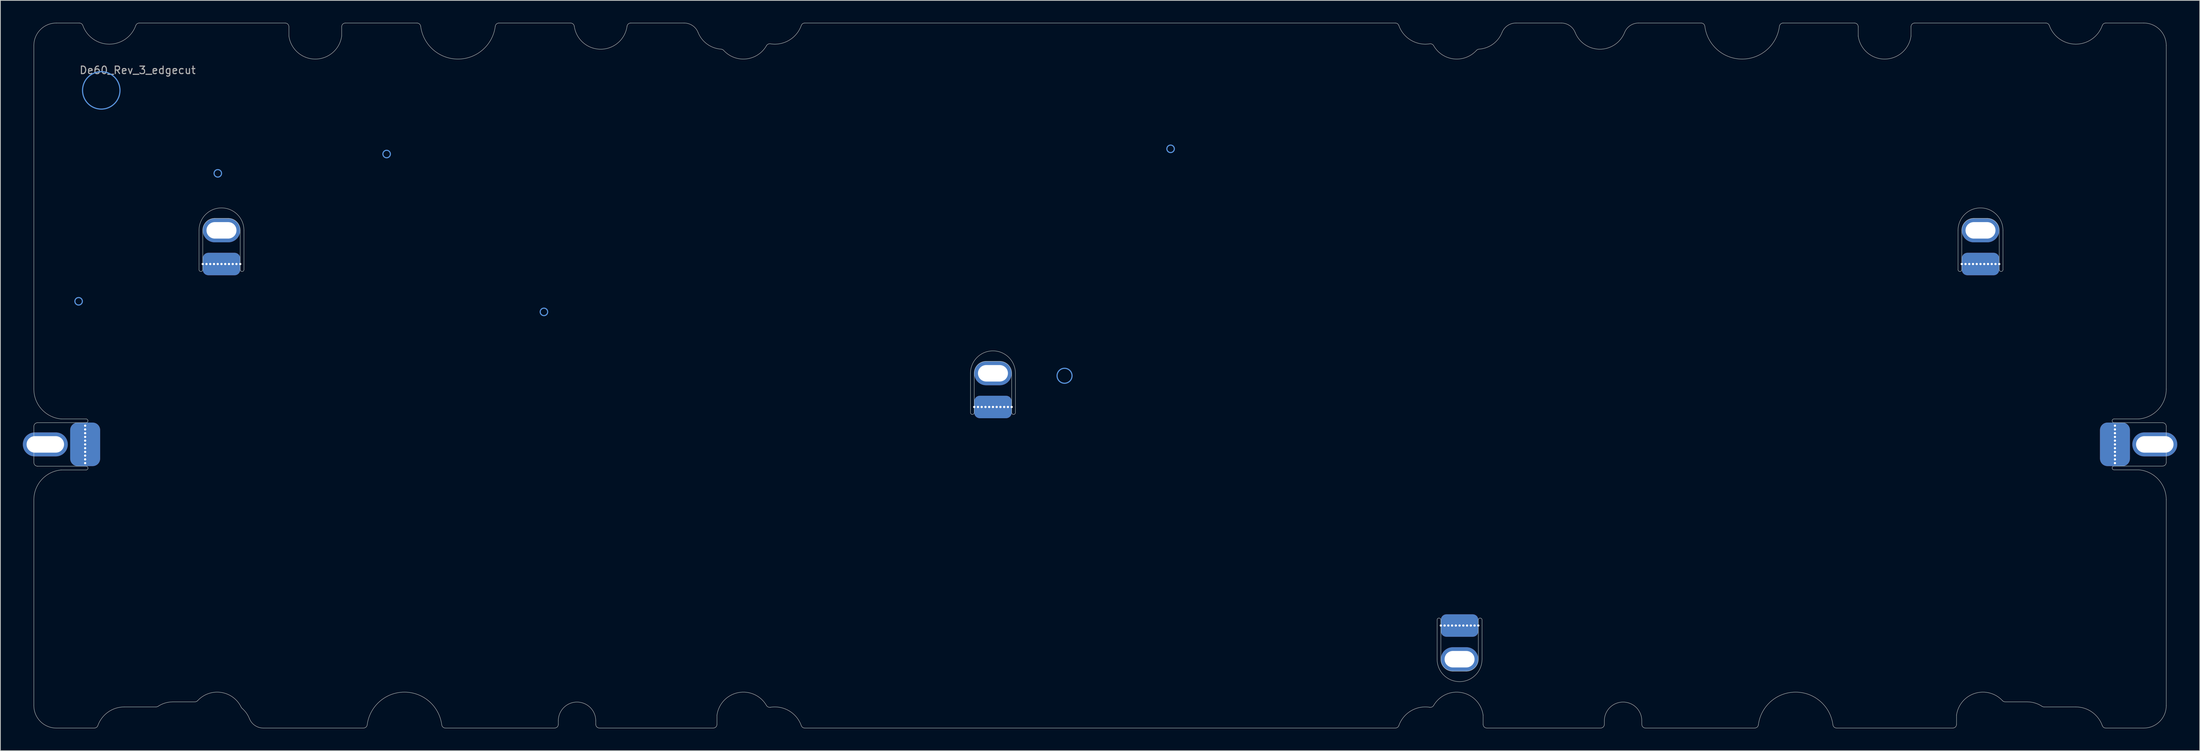
<source format=kicad_pcb>
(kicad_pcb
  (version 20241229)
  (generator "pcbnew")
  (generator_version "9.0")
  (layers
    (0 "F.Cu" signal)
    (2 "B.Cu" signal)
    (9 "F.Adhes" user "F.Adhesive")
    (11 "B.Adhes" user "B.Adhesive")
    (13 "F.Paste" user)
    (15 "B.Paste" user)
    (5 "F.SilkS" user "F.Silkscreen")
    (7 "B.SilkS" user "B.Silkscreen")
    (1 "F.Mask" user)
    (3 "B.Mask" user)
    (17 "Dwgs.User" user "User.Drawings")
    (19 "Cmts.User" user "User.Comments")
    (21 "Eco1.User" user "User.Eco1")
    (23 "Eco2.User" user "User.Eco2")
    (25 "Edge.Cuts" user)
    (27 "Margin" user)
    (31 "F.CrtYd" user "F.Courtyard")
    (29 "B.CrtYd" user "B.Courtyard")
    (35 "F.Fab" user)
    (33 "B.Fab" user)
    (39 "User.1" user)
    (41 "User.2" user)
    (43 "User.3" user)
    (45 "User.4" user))
  (footprint "De60_Rev_3_edgecut"
    (layer "F.Cu")
    (at 10.47 9.025)
    (property "Reference" "De60_Rev_3_edgecut" (at 4.85 -2.7 0) (unlocked yes) (layer "F.Fab") (effects (font (size 1 1) (thickness 0.15))))
    (fp_circle (center -3.023 28.179) (end -3.023 27.679) (stroke (width 0.15) (type default)) (fill no) (layer "Cmts.User"))
    (fp_circle (center 0 0) (end 0 -2.5) (stroke (width 0.15) (type default)) (fill no) (layer "Cmts.User"))
    (fp_circle (center 15.56 11.085) (end 16.06 11.085) (stroke (width 0.15) (type default)) (fill no) (layer "Cmts.User"))
    (fp_circle (center 38.1 8.505) (end 38.6 8.505) (stroke (width 0.15) (type default)) (fill no) (layer "Cmts.User"))
    (fp_circle (center 59.102 29.595) (end 59.602 29.595) (stroke (width 0.15) (type default)) (fill no) (layer "Cmts.User"))
    (fp_circle (center 128.61 38.13) (end 129.61 38.13) (stroke (width 0.15) (type default)) (fill no) (layer "Cmts.User"))
    (fp_circle (center 142.768 7.809) (end 142.768 7.309) (stroke (width 0.15) (type default)) (fill no) (layer "Cmts.User"))
    (fp_line (start -9 39.915) (end -9 -6) (stroke (width 0.05) (type solid)) (layer "Edge.Cuts"))
    (fp_line (start -9 44.9) (end -9 49.716) (stroke (width 0.05) (type default)) (layer "Edge.Cuts"))
    (fp_line (start -9 82.2) (end -9 54.701) (stroke (width 0.05) (type solid)) (layer "Edge.Cuts"))
    (fp_line (start -6 -9) (end -2.929 -9) (stroke (width 0.05) (type solid)) (layer "Edge.Cuts"))
    (fp_line (start -5.348 43.9) (end -2.025 43.9) (stroke (width 0.05) (type solid)) (layer "Edge.Cuts"))
    (fp_line (start -2.025 44.4) (end -8.5 44.4) (stroke (width 0.05) (type solid)) (layer "Edge.Cuts"))
    (fp_line (start -2.025 50.216) (end -8.5 50.216) (stroke (width 0.05) (type solid)) (layer "Edge.Cuts"))
    (fp_line (start -2.025 50.716) (end -5.348 50.716) (stroke (width 0.05) (type solid)) (layer "Edge.Cuts"))
    (fp_line (start -0.929 85.2) (end -6 85.2) (stroke (width 0.05) (type solid)) (layer "Edge.Cuts"))
    (fp_line (start 5.079 -9) (end 24.553 -9) (stroke (width 0.05) (type solid)) (layer "Edge.Cuts"))
    (fp_line (start 7.31 82.375) (end 3.075 82.375) (stroke (width 0.05) (type solid)) (layer "Edge.Cuts"))
    (fp_line (start 12.499 81.7) (end 9.549 81.7) (stroke (width 0.05) (type solid)) (layer "Edge.Cuts"))
    (fp_line (start 13.05 23.95) (end 13.05 18.703) (stroke (width 0.05) (type solid)) (layer "Edge.Cuts"))
    (fp_line (start 13.55 18.7) (end 13.55 23.95) (stroke (width 0.05) (type solid)) (layer "Edge.Cuts"))
    (fp_line (start 15.15 17.1) (end 16.95 17.1) (stroke (width 0.05) (type solid)) (layer "Edge.Cuts"))
    (fp_line (start 18.55 18.7) (end 18.55 23.95) (stroke (width 0.05) (type solid)) (layer "Edge.Cuts"))
    (fp_line (start 19.05 18.703) (end 19.05 23.95) (stroke (width 0.05) (type solid)) (layer "Edge.Cuts"))
    (fp_line (start 25.053 -8.5) (end 25.053 -7.25) (stroke (width 0.05) (type solid)) (layer "Edge.Cuts"))
    (fp_line (start 32.097 -8.5) (end 32.097 -7.25) (stroke (width 0.05) (type solid)) (layer "Edge.Cuts"))
    (fp_line (start 32.597 -9) (end 42.151 -9) (stroke (width 0.05) (type solid)) (layer "Edge.Cuts"))
    (fp_line (start 35.009 85.2) (end 21.639 85.2) (stroke (width 0.05) (type solid)) (layer "Edge.Cuts"))
    (fp_line (start 53.099 -9) (end 62.658 -9) (stroke (width 0.05) (type solid)) (layer "Edge.Cuts"))
    (fp_line (start 60.52 85.2) (end 45.953 85.2) (stroke (width 0.05) (type solid)) (layer "Edge.Cuts"))
    (fp_line (start 61.02 84.225) (end 61.02 84.7) (stroke (width 0.05) (type solid)) (layer "Edge.Cuts"))
    (fp_line (start 66.02 84.225) (end 66.02 84.7) (stroke (width 0.05) (type solid)) (layer "Edge.Cuts"))
    (fp_line (start 70.692 -9) (end 77.822 -9) (stroke (width 0.05) (type solid)) (layer "Edge.Cuts"))
    (fp_line (start 81.706 85.2) (end 66.52 85.2) (stroke (width 0.05) (type solid)) (layer "Edge.Cuts"))
    (fp_line (start 82.206 84.7) (end 82.206 83.466) (stroke (width 0.05) (type solid)) (layer "Edge.Cuts"))
    (fp_line (start 93.929 -9) (end 172.771 -9) (stroke (width 0.05) (type default)) (layer "Edge.Cuts"))
    (fp_line (start 116.05 43.05) (end 116.05 37.803) (stroke (width 0.05) (type solid)) (layer "Edge.Cuts"))
    (fp_line (start 116.55 37.8) (end 116.55 43.05) (stroke (width 0.05) (type solid)) (layer "Edge.Cuts"))
    (fp_line (start 118.15 36.2) (end 119.95 36.2) (stroke (width 0.05) (type solid)) (layer "Edge.Cuts"))
    (fp_line (start 121.55 37.8) (end 121.55 43.05) (stroke (width 0.05) (type solid)) (layer "Edge.Cuts"))
    (fp_line (start 122.05 37.803) (end 122.05 43.05) (stroke (width 0.05) (type solid)) (layer "Edge.Cuts"))
    (fp_line (start 172.771 85.2) (end 93.929 85.2) (stroke (width 0.05) (type solid)) (layer "Edge.Cuts"))
    (fp_line (start 178.35 75.997) (end 178.35 70.751) (stroke (width 0.05) (type solid)) (layer "Edge.Cuts"))
    (fp_line (start 178.85 76) (end 178.85 70.751) (stroke (width 0.05) (type solid)) (layer "Edge.Cuts"))
    (fp_line (start 182.25 77.6) (end 180.45 77.6) (stroke (width 0.05) (type solid)) (layer "Edge.Cuts"))
    (fp_line (start 183.85 76) (end 183.85 70.751) (stroke (width 0.05) (type solid)) (layer "Edge.Cuts"))
    (fp_line (start 184.35 70.751) (end 184.35 75.997) (stroke (width 0.05) (type solid)) (layer "Edge.Cuts"))
    (fp_line (start 184.493 84.7) (end 184.493 83.466) (stroke (width 0.05) (type solid)) (layer "Edge.Cuts"))
    (fp_line (start 188.878 -9) (end 194.921 -9) (stroke (width 0.05) (type solid)) (layer "Edge.Cuts"))
    (fp_line (start 200.18 85.2) (end 184.993 85.2) (stroke (width 0.05) (type solid)) (layer "Edge.Cuts"))
    (fp_line (start 200.68 84.225) (end 200.68 84.7) (stroke (width 0.05) (type solid)) (layer "Edge.Cuts"))
    (fp_line (start 205.244 -9) (end 213.601 -9) (stroke (width 0.05) (type solid)) (layer "Edge.Cuts"))
    (fp_line (start 205.68 84.225) (end 205.68 84.7) (stroke (width 0.05) (type solid)) (layer "Edge.Cuts"))
    (fp_line (start 220.747 85.2) (end 206.18 85.2) (stroke (width 0.05) (type solid)) (layer "Edge.Cuts"))
    (fp_line (start 224.549 -9) (end 234.077 -9) (stroke (width 0.05) (type solid)) (layer "Edge.Cuts"))
    (fp_line (start 234.577 -8.5) (end 234.577 -7.25) (stroke (width 0.05) (type solid)) (layer "Edge.Cuts"))
    (fp_line (start 241.621 -8.5) (end 241.621 -7.25) (stroke (width 0.05) (type solid)) (layer "Edge.Cuts"))
    (fp_line (start 242.121 -9) (end 259.621 -9) (stroke (width 0.05) (type solid)) (layer "Edge.Cuts"))
    (fp_line (start 247.2 85.2) (end 231.691 85.2) (stroke (width 0.05) (type solid)) (layer "Edge.Cuts"))
    (fp_line (start 247.7 84.7) (end 247.7 83.466) (stroke (width 0.05) (type solid)) (layer "Edge.Cuts"))
    (fp_line (start 247.9 23.95) (end 247.9 18.703) (stroke (width 0.05) (type solid)) (layer "Edge.Cuts"))
    (fp_line (start 248.4 18.7) (end 248.4 23.95) (stroke (width 0.05) (type solid)) (layer "Edge.Cuts"))
    (fp_line (start 250 17.1) (end 251.8 17.1) (stroke (width 0.05) (type solid)) (layer "Edge.Cuts"))
    (fp_line (start 253.4 18.7) (end 253.4 23.95) (stroke (width 0.05) (type solid)) (layer "Edge.Cuts"))
    (fp_line (start 253.9 18.703) (end 253.9 23.95) (stroke (width 0.05) (type solid)) (layer "Edge.Cuts"))
    (fp_line (start 257.149 81.7) (end 254.201 81.7) (stroke (width 0.05) (type solid)) (layer "Edge.Cuts"))
    (fp_line (start 263.625 82.375) (end 259.389 82.375) (stroke (width 0.05) (type solid)) (layer "Edge.Cuts"))
    (fp_line (start 267.629 -9) (end 272.7 -9) (stroke (width 0.05) (type solid)) (layer "Edge.Cuts"))
    (fp_line (start 268.725 43.9) (end 272.048 43.9) (stroke (width 0.05) (type solid)) (layer "Edge.Cuts"))
    (fp_line (start 268.725 44.4) (end 275.2 44.4) (stroke (width 0.05) (type solid)) (layer "Edge.Cuts"))
    (fp_line (start 268.725 50.2) (end 275.2 50.2) (stroke (width 0.05) (type solid)) (layer "Edge.Cuts"))
    (fp_line (start 272.048 50.7) (end 268.725 50.7) (stroke (width 0.05) (type solid)) (layer "Edge.Cuts"))
    (fp_line (start 272.7 85.2) (end 267.629 85.2) (stroke (width 0.05) (type solid)) (layer "Edge.Cuts"))
    (fp_line (start 275.7 -6) (end 275.7 39.915) (stroke (width 0.05) (type solid)) (layer "Edge.Cuts"))
    (fp_line (start 275.7 44.9) (end 275.7 49.7) (stroke (width 0.05) (type solid)) (layer "Edge.Cuts"))
    (fp_line (start 275.7 54.685) (end 275.7 82.2) (stroke (width 0.05) (type solid)) (layer "Edge.Cuts"))
    (fp_arc (start -9.000007 -6) (mid -8.121332 -8.121325) (end -6.000007 -9) (stroke (width 0.05) (type solid)) (layer "Edge.Cuts"))
    (fp_arc (start -9.000007 44.900264) (mid -8.853518 44.546753) (end -8.500007 44.400264) (stroke (width 0.05) (type solid)) (layer "Edge.Cuts"))
    (fp_arc (start -9.000007 54.700572) (mid -7.949054 51.998179) (end -5.348498 50.715782) (stroke (width 0.05) (type solid)) (layer "Edge.Cuts"))
    (fp_arc (start -8.500007 50.215782) (mid -8.853575 50.06935) (end -9.000007 49.715782) (stroke (width 0.05) (type solid)) (layer "Edge.Cuts"))
    (fp_arc (start -6.000007 85.200001) (mid -8.121346 84.32134) (end -9.000007 82.200001) (stroke (width 0.05) (type solid)) (layer "Edge.Cuts"))
    (fp_arc (start -5.348498 43.900264) (mid -7.949084 42.617894) (end -9.000007 39.915473) (stroke (width 0.05) (type solid)) (layer "Edge.Cuts"))
    (fp_arc (start -2.929381 -9) (mid -2.641159 -8.908548) (end -2.458339 -8.667691) (stroke (width 0.05) (type solid)) (layer "Edge.Cuts"))
    (fp_arc (start -2.024931 43.900264) (mid -1.848124 43.973457) (end -1.774931 44.150264) (stroke (width 0.05) (type solid)) (layer "Edge.Cuts"))
    (fp_arc (start -2.024931 50.215782) (mid -1.848128 50.288979) (end -1.774931 50.465782) (stroke (width 0.05) (type solid)) (layer "Edge.Cuts"))
    (fp_arc (start -1.774931 44.150264) (mid -1.848167 44.327028) (end -2.024931 44.400264) (stroke (width 0.05) (type solid)) (layer "Edge.Cuts"))
    (fp_arc (start -1.774931 50.465782) (mid -1.848155 50.642558) (end -2.024931 50.715782) (stroke (width 0.05) (type solid)) (layer "Edge.Cuts"))
    (fp_arc (start -0.458313 84.867852) (mid -0.641154 85.108585) (end -0.929297 85.200001) (stroke (width 0.05) (type solid)) (layer "Edge.Cuts"))
    (fp_arc (start -0.458313 84.867852) (mid 0.913074 83.061378) (end 3.07477 82.374996) (stroke (width 0.05) (type solid)) (layer "Edge.Cuts"))
    (fp_arc (start 4.608336 -8.667691) (mid 1.074998 -6.175) (end -2.458339 -8.667691) (stroke (width 0.05) (type solid)) (layer "Edge.Cuts"))
    (fp_arc (start 4.608336 -8.667691) (mid 4.791142 -8.908567) (end 5.079377 -9) (stroke (width 0.05) (type solid)) (layer "Edge.Cuts"))
    (fp_arc (start 7.586237 82.291663) (mid 7.454189 82.353704) (end 7.309852 82.374975) (stroke (width 0.05) (type solid)) (layer "Edge.Cuts"))
    (fp_arc (start 7.586237 82.291664) (mid 8.523768 81.851121) (end 9.548564 81.700003) (stroke (width 0.05) (type solid)) (layer "Edge.Cuts"))
    (fp_arc (start 12.866044 81.539363) (mid 12.699244 81.658083) (end 12.498845 81.700003) (stroke (width 0.05) (type solid)) (layer "Edge.Cuts"))
    (fp_arc (start 12.866044 81.539363) (mid 15.99989 80.435605) (end 18.677433 82.402847) (stroke (width 0.05) (type solid)) (layer "Edge.Cuts"))
    (fp_arc (start 13.050001 18.703272) (mid 16.049999 15.700313) (end 19.049998 18.703272) (stroke (width 0.05) (type solid)) (layer "Edge.Cuts"))
    (fp_arc (start 13.549999 18.700312) (mid 14.018619 17.56893) (end 15.150001 17.10031) (stroke (width 0.05) (type solid)) (layer "Edge.Cuts"))
    (fp_arc (start 13.549999 23.949708) (mid 13.3 24.200312) (end 13.050001 23.949708) (stroke (width 0.05) (type solid)) (layer "Edge.Cuts"))
    (fp_arc (start 16.949998 17.10031) (mid 18.081367 17.568943) (end 18.549999 18.700312) (stroke (width 0.05) (type solid)) (layer "Edge.Cuts"))
    (fp_arc (start 18.800818 82.563487) (mid 18.730907 82.489479) (end 18.677433 82.402847) (stroke (width 0.05) (type solid)) (layer "Edge.Cuts"))
    (fp_arc (start 18.800818 82.563487) (mid 19.374093 83.19265) (end 19.781427 83.940025) (stroke (width 0.05) (type solid)) (layer "Edge.Cuts"))
    (fp_arc (start 19.049998 23.949708) (mid 18.799999 24.200313) (end 18.549999 23.949708) (stroke (width 0.05) (type solid)) (layer "Edge.Cuts"))
    (fp_arc (start 21.639481 85.200002) (mid 20.516987 84.855314) (end 19.781427 83.940025) (stroke (width 0.05) (type solid)) (layer "Edge.Cuts"))
    (fp_arc (start 24.552992 -9) (mid 24.906528 -8.853536) (end 25.052992 -8.5) (stroke (width 0.05) (type solid)) (layer "Edge.Cuts"))
    (fp_arc (start 32.097247 -8.5) (mid 32.24368 -8.853567) (end 32.597247 -9) (stroke (width 0.05) (type solid)) (layer "Edge.Cuts"))
    (fp_arc (start 32.097247 -7.249504) (mid 28.57512 -4.181001) (end 25.052992 -7.249504) (stroke (width 0.05) (type solid)) (layer "Edge.Cuts"))
    (fp_arc (start 35.504695 84.764843) (mid 35.33873 85.075759) (end 35.008917 85.200002) (stroke (width 0.05) (type solid)) (layer "Edge.Cuts"))
    (fp_arc (start 35.504695 84.764843) (mid 40.480997 80.397) (end 45.457298 84.764843) (stroke (width 0.05) (type solid)) (layer "Edge.Cuts"))
    (fp_arc (start 42.151013 -9) (mid 42.481392 -8.875283) (end 42.64698 -8.563378) (stroke (width 0.05) (type solid)) (layer "Edge.Cuts"))
    (fp_arc (start 45.953076 85.200002) (mid 45.623234 85.075791) (end 45.457298 84.764843) (stroke (width 0.05) (type solid)) (layer "Edge.Cuts"))
    (fp_arc (start 52.603022 -8.563378) (mid 47.625001 -4.181) (end 42.64698 -8.563378) (stroke (width 0.05) (type solid)) (layer "Edge.Cuts"))
    (fp_arc (start 52.603022 -8.563378) (mid 52.768599 -8.875297) (end 53.098989 -9) (stroke (width 0.05) (type solid)) (layer "Edge.Cuts"))
    (fp_arc (start 61.020426 84.225) (mid 63.520426 81.725) (end 66.020426 84.225) (stroke (width 0.05) (type solid)) (layer "Edge.Cuts"))
    (fp_arc (start 61.020426 84.700002) (mid 60.87396 85.053536) (end 60.520426 85.200002) (stroke (width 0.05) (type solid)) (layer "Edge.Cuts"))
    (fp_arc (start 62.657587 -9) (mid 62.986016 -8.876981) (end 63.152872 -8.568504) (stroke (width 0.05) (type solid)) (layer "Edge.Cuts"))
    (fp_arc (start 66.520426 85.200002) (mid 66.166858 85.05357) (end 66.020426 84.700002) (stroke (width 0.05) (type solid)) (layer "Edge.Cuts"))
    (fp_arc (start 70.197127 -8.568504) (mid 66.674999 -5.500002) (end 63.152872 -8.568504) (stroke (width 0.05) (type solid)) (layer "Edge.Cuts"))
    (fp_arc (start 70.197127 -8.568504) (mid 70.36395 -8.877019) (end 70.692412 -9) (stroke (width 0.05) (type solid)) (layer "Edge.Cuts"))
    (fp_arc (start 77.822403 -9) (mid 78.944619 -8.655476) (end 79.680219 -7.740622) (stroke (width 0.05) (type solid)) (layer "Edge.Cuts"))
    (fp_arc (start 82.206158 83.465503) (mid 85.048458 80.46263) (end 88.81005 82.179122) (stroke (width 0.05) (type solid)) (layer "Edge.Cuts"))
    (fp_arc (start 82.206158 84.700002) (mid 82.059699 85.053543) (end 81.706158 85.200002) (stroke (width 0.05) (type solid)) (layer "Edge.Cuts"))
    (fp_arc (start 82.754946 -5.509023) (mid 80.89456 -6.179758) (end 79.680219 -7.740622) (stroke (width 0.05) (type solid)) (layer "Edge.Cuts"))
    (fp_arc (start 82.754946 -5.509023) (mid 82.939828 -5.46052) (end 83.093011 -5.346201) (stroke (width 0.05) (type solid)) (layer "Edge.Cuts"))
    (fp_arc (start 88.814746 -5.976713) (mid 86.114661 -4.202399) (end 83.093011 -5.346201) (stroke (width 0.05) (type solid)) (layer "Edge.Cuts"))
    (fp_arc (start 88.814746 -5.976713) (mid 89.033287 -6.180188) (end 89.328824 -6.222847) (stroke (width 0.05) (type solid)) (layer "Edge.Cuts"))
    (fp_arc (start 89.32337 82.423291) (mid 89.028627 82.381268) (end 88.81005 82.179122) (stroke (width 0.05) (type solid)) (layer "Edge.Cuts"))
    (fp_arc (start 89.32337 82.423291) (mid 91.833215 82.897298) (end 93.458308 84.867851) (stroke (width 0.05) (type solid)) (layer "Edge.Cuts"))
    (fp_arc (start 93.45835 -8.667596) (mid 91.835943 -6.69802) (end 89.328824 -6.222847) (stroke (width 0.05) (type solid)) (layer "Edge.Cuts"))
    (fp_arc (start 93.45835 -8.667596) (mid 93.641166 -8.908513) (end 93.929424 -9) (stroke (width 0.05) (type solid)) (layer "Edge.Cuts"))
    (fp_arc (start 93.929293 85.200002) (mid 93.641119 85.108629) (end 93.458308 84.867851) (stroke (width 0.05) (type solid)) (layer "Edge.Cuts"))
    (fp_arc (start 116.050001 37.803272) (mid 119.049999 34.800313) (end 122.049998 37.803272) (stroke (width 0.05) (type solid)) (layer "Edge.Cuts"))
    (fp_arc (start 116.549999 37.800312) (mid 117.018619 36.66893) (end 118.150001 36.20031) (stroke (width 0.05) (type solid)) (layer "Edge.Cuts"))
    (fp_arc (start 116.549999 43.049708) (mid 116.3 43.300312) (end 116.050001 43.049708) (stroke (width 0.05) (type solid)) (layer "Edge.Cuts"))
    (fp_arc (start 119.949998 36.20031) (mid 121.081367 36.668943) (end 121.549999 37.800312) (stroke (width 0.05) (type solid)) (layer "Edge.Cuts"))
    (fp_arc (start 122.049998 43.049708) (mid 121.799999 43.300313) (end 121.549999 43.049708) (stroke (width 0.05) (type solid)) (layer "Edge.Cuts"))
    (fp_arc (start 172.770575 -9) (mid 173.058842 -8.908525) (end 173.24165 -8.667596) (stroke (width 0.05) (type solid)) (layer "Edge.Cuts"))
    (fp_arc (start 173.241691 84.867851) (mid 173.05885 85.108585) (end 172.770706 85.200002) (stroke (width 0.05) (type solid)) (layer "Edge.Cuts"))
    (fp_arc (start 173.241691 84.867851) (mid 174.866567 82.897445) (end 177.376113 82.423207) (stroke (width 0.05) (type solid)) (layer "Edge.Cuts"))
    (fp_arc (start 177.371951 -6.222973) (mid 174.864375 -6.697786) (end 173.24165 -8.667596) (stroke (width 0.05) (type solid)) (layer "Edge.Cuts"))
    (fp_arc (start 177.371951 -6.222973) (mid 177.667556 -6.180352) (end 177.886143 -5.976838) (stroke (width 0.05) (type solid)) (layer "Edge.Cuts"))
    (fp_arc (start 177.889357 82.179039) (mid 177.6708 82.381137) (end 177.376113 82.423207) (stroke (width 0.05) (type solid)) (layer "Edge.Cuts"))
    (fp_arc (start 177.889357 82.179039) (mid 181.650951 80.462625) (end 184.493201 83.465503) (stroke (width 0.05) (type solid)) (layer "Edge.Cuts"))
    (fp_arc (start 178.350001 70.750916) (mid 178.6 70.500311) (end 178.85 70.750916) (stroke (width 0.05) (type solid)) (layer "Edge.Cuts"))
    (fp_arc (start 180.450001 77.600314) (mid 179.318632 77.131681) (end 178.85 76.000312) (stroke (width 0.05) (type solid)) (layer "Edge.Cuts"))
    (fp_arc (start 183.608 -5.346259) (mid 180.586268 -4.202423) (end 177.886143 -5.976838) (stroke (width 0.05) (type solid)) (layer "Edge.Cuts"))
    (fp_arc (start 183.608 -5.346259) (mid 183.761126 -5.460562) (end 183.945947 -5.50908) (stroke (width 0.05) (type solid)) (layer "Edge.Cuts"))
    (fp_arc (start 183.85 70.750916) (mid 184.099999 70.500312) (end 184.349998 70.750916) (stroke (width 0.05) (type solid)) (layer "Edge.Cuts"))
    (fp_arc (start 183.85 76.000312) (mid 183.38138 77.131694) (end 182.249998 77.600314) (stroke (width 0.05) (type solid)) (layer "Edge.Cuts"))
    (fp_arc (start 184.349998 75.997352) (mid 181.35 79.000311) (end 178.350001 75.997352) (stroke (width 0.05) (type solid)) (layer "Edge.Cuts"))
    (fp_arc (start 184.993201 85.200002) (mid 184.639624 85.053579) (end 184.493201 84.700002) (stroke (width 0.05) (type solid)) (layer "Edge.Cuts"))
    (fp_arc (start 187.01978 -7.740622) (mid 185.805837 -6.179971) (end 183.945947 -5.50908) (stroke (width 0.05) (type solid)) (layer "Edge.Cuts"))
    (fp_arc (start 187.01978 -7.740622) (mid 187.755377 -8.655481) (end 188.877596 -9) (stroke (width 0.05) (type solid)) (layer "Edge.Cuts"))
    (fp_arc (start 194.921054 -9) (mid 196.043564 -8.655336) (end 196.779108 -7.740023) (stroke (width 0.05) (type solid)) (layer "Edge.Cuts"))
    (fp_arc (start 200.680093 84.225) (mid 203.180093 81.725) (end 205.680093 84.225) (stroke (width 0.05) (type solid)) (layer "Edge.Cuts"))
    (fp_arc (start 200.680093 84.700002) (mid 200.533641 85.05355) (end 200.180093 85.200002) (stroke (width 0.05) (type solid)) (layer "Edge.Cuts"))
    (fp_arc (start 203.385712 -7.740023) (mid 200.08241 -5.500001) (end 196.779108 -7.740023) (stroke (width 0.05) (type solid)) (layer "Edge.Cuts"))
    (fp_arc (start 203.385712 -7.740023) (mid 204.121274 -8.655309) (end 205.243766 -9) (stroke (width 0.05) (type solid)) (layer "Edge.Cuts"))
    (fp_arc (start 206.180093 85.200002) (mid 205.826521 85.053574) (end 205.680093 84.700002) (stroke (width 0.05) (type solid)) (layer "Edge.Cuts"))
    (fp_arc (start 213.60101 -9) (mid 213.931391 -8.875285) (end 214.096977 -8.563378) (stroke (width 0.05) (type solid)) (layer "Edge.Cuts"))
    (fp_arc (start 221.242701 84.764843) (mid 221.076779 85.075806) (end 220.746924 85.200002) (stroke (width 0.05) (type solid)) (layer "Edge.Cuts"))
    (fp_arc (start 221.242701 84.764843) (mid 226.219002 80.397001) (end 231.195304 84.764843) (stroke (width 0.05) (type solid)) (layer "Edge.Cuts"))
    (fp_arc (start 224.053019 -8.563378) (mid 219.074998 -4.181) (end 214.096977 -8.563378) (stroke (width 0.05) (type solid)) (layer "Edge.Cuts"))
    (fp_arc (start 224.053019 -8.563378) (mid 224.218595 -8.875297) (end 224.548986 -9) (stroke (width 0.05) (type solid)) (layer "Edge.Cuts"))
    (fp_arc (start 231.691082 85.200002) (mid 231.361238 85.075794) (end 231.195304 84.764843) (stroke (width 0.05) (type solid)) (layer "Edge.Cuts"))
    (fp_arc (start 234.076873 -9) (mid 234.430418 -8.853545) (end 234.576873 -8.5) (stroke (width 0.05) (type solid)) (layer "Edge.Cuts"))
    (fp_arc (start 241.621127 -8.5) (mid 241.767555 -8.853572) (end 242.121127 -9) (stroke (width 0.05) (type solid)) (layer "Edge.Cuts"))
    (fp_arc (start 241.621127 -7.249504) (mid 238.099 -4.181) (end 234.576873 -7.249504) (stroke (width 0.05) (type solid)) (layer "Edge.Cuts"))
    (fp_arc (start 247.699922 83.465503) (mid 250.156816 80.560324) (end 253.833446 81.539503) (stroke (width 0.05) (type solid)) (layer "Edge.Cuts"))
    (fp_arc (start 247.699922 84.700002) (mid 247.553455 85.053535) (end 247.199922 85.200002) (stroke (width 0.05) (type solid)) (layer "Edge.Cuts"))
    (fp_arc (start 247.900002 18.703272) (mid 250.9 15.700313) (end 253.899999 18.703272) (stroke (width 0.05) (type solid)) (layer "Edge.Cuts"))
    (fp_arc (start 248.4 18.700312) (mid 248.86862 17.56893) (end 250.000002 17.10031) (stroke (width 0.05) (type solid)) (layer "Edge.Cuts"))
    (fp_arc (start 248.4 23.949708) (mid 248.150001 24.200312) (end 247.900002 23.949708) (stroke (width 0.05) (type solid)) (layer "Edge.Cuts"))
    (fp_arc (start 251.799999 17.10031) (mid 252.931368 17.568943) (end 253.4 18.700312) (stroke (width 0.05) (type solid)) (layer "Edge.Cuts"))
    (fp_arc (start 253.899999 23.949708) (mid 253.65 24.200313) (end 253.4 23.949708) (stroke (width 0.05) (type solid)) (layer "Edge.Cuts"))
    (fp_arc (start 254.200611 81.700163) (mid 254.000238 81.658206) (end 253.833446 81.539503) (stroke (width 0.05) (type solid)) (layer "Edge.Cuts"))
    (fp_arc (start 257.149117 81.700466) (mid 258.17451 81.851524) (end 259.11279 82.291842) (stroke (width 0.05) (type solid)) (layer "Edge.Cuts"))
    (fp_arc (start 259.388906 82.374996) (mid 259.244721 82.353764) (end 259.11279 82.291842) (stroke (width 0.05) (type solid)) (layer "Edge.Cuts"))
    (fp_arc (start 259.620623 -9) (mid 259.908844 -8.908547) (end 260.091664 -8.667691) (stroke (width 0.05) (type solid)) (layer "Edge.Cuts"))
    (fp_arc (start 263.624993 82.374996) (mid 265.786823 83.061327) (end 267.15831 84.867865) (stroke (width 0.05) (type solid)) (layer "Edge.Cuts"))
    (fp_arc (start 267.158339 -8.667691) (mid 263.625002 -6.175001) (end 260.091664 -8.667691) (stroke (width 0.05) (type solid)) (layer "Edge.Cuts"))
    (fp_arc (start 267.158339 -8.667691) (mid 267.341146 -8.908566) (end 267.62938 -9) (stroke (width 0.05) (type solid)) (layer "Edge.Cuts"))
    (fp_arc (start 267.62929 85.200001) (mid 267.341123 85.10863) (end 267.15831 84.867865) (stroke (width 0.05) (type solid)) (layer "Edge.Cuts"))
    (fp_arc (start 268.47493 44.150264) (mid 268.548183 43.973517) (end 268.72493 43.900264) (stroke (width 0.05) (type solid)) (layer "Edge.Cuts"))
    (fp_arc (start 268.47493 50.449735) (mid 268.548138 50.272943) (end 268.72493 50.199735) (stroke (width 0.05) (type solid)) (layer "Edge.Cuts"))
    (fp_arc (start 268.72493 44.400264) (mid 268.548166 44.327028) (end 268.47493 44.150264) (stroke (width 0.05) (type solid)) (layer "Edge.Cuts"))
    (fp_arc (start 268.72493 50.699735) (mid 268.54813 50.626535) (end 268.47493 50.449735) (stroke (width 0.05) (type solid)) (layer "Edge.Cuts"))
    (fp_arc (start 272.048497 50.699735) (mid 274.649064 51.982122) (end 275.700006 54.684526) (stroke (width 0.05) (type solid)) (layer "Edge.Cuts"))
    (fp_arc (start 272.700006 -9) (mid 274.821301 -8.121295) (end 275.700006 -6) (stroke (width 0.05) (type solid)) (layer "Edge.Cuts"))
    (fp_arc (start 275.200006 44.400264) (mid 275.553543 44.546728) (end 275.700006 44.900264) (stroke (width 0.05) (type solid)) (layer "Edge.Cuts"))
    (fp_arc (start 275.700006 39.915473) (mid 274.649112 42.61792) (end 272.048497 43.900264) (stroke (width 0.05) (type solid)) (layer "Edge.Cuts"))
    (fp_arc (start 275.700006 49.699735) (mid 275.55354 50.053269) (end 275.200006 50.199735) (stroke (width 0.05) (type solid)) (layer "Edge.Cuts"))
    (fp_arc (start 275.700006 82.200001) (mid 274.821303 84.321298) (end 272.700006 85.200001) (stroke (width 0.05) (type solid)) (layer "Edge.Cuts"))
    (fp_line (start -2.15 49.8) (end -2.15 44.8) (stroke (width 0.12) (type solid)) (layer "User.2"))
    (fp_line (start 13.55 23.2) (end 18.55 23.2) (stroke (width 0.12) (type solid)) (layer "User.2"))
    (fp_line (start 116.55 42.3) (end 121.55 42.3) (stroke (width 0.12) (type solid)) (layer "User.2"))
    (fp_line (start 183.85 71.501) (end 178.85 71.501) (stroke (width 0.12) (type solid)) (layer "User.2"))
    (fp_line (start 248.4 23.2) (end 253.4 23.2) (stroke (width 0.12) (type solid)) (layer "User.2"))
    (fp_line (start 268.85 44.8) (end 268.85 49.8) (stroke (width 0.12) (type solid)) (layer "User.2"))
    (pad "" np_thru_hole circle (at -2.15 44.8 90) (size 0.3 0.3) (drill 0.3) (layers "*.Cu" "*.Mask"))
    (pad "" np_thru_hole circle (at -2.15 45.3 90) (size 0.3 0.3) (drill 0.3) (layers "*.Cu" "*.Mask"))
    (pad "" np_thru_hole circle (at -2.15 45.8 90) (size 0.3 0.3) (drill 0.3) (layers "*.Cu" "*.Mask"))
    (pad "" np_thru_hole circle (at -2.15 46.3 90) (size 0.3 0.3) (drill 0.3) (layers "*.Cu" "*.Mask"))
    (pad "" np_thru_hole circle (at -2.15 46.8 90) (size 0.3 0.3) (drill 0.3) (layers "*.Cu" "*.Mask"))
    (pad "" np_thru_hole circle (at -2.15 47.3 90) (size 0.3 0.3) (drill 0.3) (layers "*.Cu" "*.Mask"))
    (pad "" np_thru_hole circle (at -2.15 47.8 90) (size 0.3 0.3) (drill 0.3) (layers "*.Cu" "*.Mask"))
    (pad "" np_thru_hole circle (at -2.15 48.3 90) (size 0.3 0.3) (drill 0.3) (layers "*.Cu" "*.Mask"))
    (pad "" np_thru_hole circle (at -2.15 48.8 90) (size 0.3 0.3) (drill 0.3) (layers "*.Cu" "*.Mask"))
    (pad "" np_thru_hole circle (at -2.15 49.3 90) (size 0.3 0.3) (drill 0.3) (layers "*.Cu" "*.Mask"))
    (pad "" np_thru_hole circle (at -2.15 49.8 90) (size 0.3 0.3) (drill 0.3) (layers "*.Cu" "*.Mask"))
    (pad "" np_thru_hole circle (at 13.55 23.2) (size 0.3 0.3) (drill 0.3) (layers "*.Cu" "*.Mask"))
    (pad "" np_thru_hole circle (at 14.05 23.2) (size 0.3 0.3) (drill 0.3) (layers "*.Cu" "*.Mask"))
    (pad "" np_thru_hole circle (at 14.55 23.2) (size 0.3 0.3) (drill 0.3) (layers "*.Cu" "*.Mask"))
    (pad "" np_thru_hole circle (at 15.05 23.2) (size 0.3 0.3) (drill 0.3) (layers "*.Cu" "*.Mask"))
    (pad "" np_thru_hole circle (at 15.55 23.2) (size 0.3 0.3) (drill 0.3) (layers "*.Cu" "*.Mask"))
    (pad "" np_thru_hole circle (at 16.05 23.2) (size 0.3 0.3) (drill 0.3) (layers "*.Cu" "*.Mask"))
    (pad "" np_thru_hole circle (at 16.55 23.2) (size 0.3 0.3) (drill 0.3) (layers "*.Cu" "*.Mask"))
    (pad "" np_thru_hole circle (at 17.05 23.2) (size 0.3 0.3) (drill 0.3) (layers "*.Cu" "*.Mask"))
    (pad "" np_thru_hole circle (at 17.55 23.2) (size 0.3 0.3) (drill 0.3) (layers "*.Cu" "*.Mask"))
    (pad "" np_thru_hole circle (at 18.05 23.2) (size 0.3 0.3) (drill 0.3) (layers "*.Cu" "*.Mask"))
    (pad "" np_thru_hole circle (at 18.55 23.2) (size 0.3 0.3) (drill 0.3) (layers "*.Cu" "*.Mask"))
    (pad "" np_thru_hole circle (at 116.55 42.3) (size 0.3 0.3) (drill 0.3) (layers "*.Cu" "*.Mask"))
    (pad "" np_thru_hole circle (at 117.05 42.3) (size 0.3 0.3) (drill 0.3) (layers "*.Cu" "*.Mask"))
    (pad "" np_thru_hole circle (at 117.55 42.3) (size 0.3 0.3) (drill 0.3) (layers "*.Cu" "*.Mask"))
    (pad "" np_thru_hole circle (at 118.05 42.3) (size 0.3 0.3) (drill 0.3) (layers "*.Cu" "*.Mask"))
    (pad "" np_thru_hole circle (at 118.55 42.3) (size 0.3 0.3) (drill 0.3) (layers "*.Cu" "*.Mask"))
    (pad "" np_thru_hole circle (at 119.05 42.3) (size 0.3 0.3) (drill 0.3) (layers "*.Cu" "*.Mask"))
    (pad "" np_thru_hole circle (at 119.55 42.3) (size 0.3 0.3) (drill 0.3) (layers "*.Cu" "*.Mask"))
    (pad "" np_thru_hole circle (at 120.05 42.3) (size 0.3 0.3) (drill 0.3) (layers "*.Cu" "*.Mask"))
    (pad "" np_thru_hole circle (at 120.55 42.3) (size 0.3 0.3) (drill 0.3) (layers "*.Cu" "*.Mask"))
    (pad "" np_thru_hole circle (at 121.05 42.3) (size 0.3 0.3) (drill 0.3) (layers "*.Cu" "*.Mask"))
    (pad "" np_thru_hole circle (at 121.55 42.3) (size 0.3 0.3) (drill 0.3) (layers "*.Cu" "*.Mask"))
    (pad "" np_thru_hole circle (at 178.85 71.501 180) (size 0.3 0.3) (drill 0.3) (layers "*.Cu" "*.Mask"))
    (pad "" np_thru_hole circle (at 179.35 71.501 180) (size 0.3 0.3) (drill 0.3) (layers "*.Cu" "*.Mask"))
    (pad "" np_thru_hole circle (at 179.85 71.501 180) (size 0.3 0.3) (drill 0.3) (layers "*.Cu" "*.Mask"))
    (pad "" np_thru_hole circle (at 180.35 71.501 180) (size 0.3 0.3) (drill 0.3) (layers "*.Cu" "*.Mask"))
    (pad "" np_thru_hole circle (at 180.85 71.501 180) (size 0.3 0.3) (drill 0.3) (layers "*.Cu" "*.Mask"))
    (pad "" np_thru_hole circle (at 181.35 71.501 180) (size 0.3 0.3) (drill 0.3) (layers "*.Cu" "*.Mask"))
    (pad "" np_thru_hole circle (at 181.85 71.501 180) (size 0.3 0.3) (drill 0.3) (layers "*.Cu" "*.Mask"))
    (pad "" np_thru_hole circle (at 182.35 71.501 180) (size 0.3 0.3) (drill 0.3) (layers "*.Cu" "*.Mask"))
    (pad "" np_thru_hole circle (at 182.85 71.501 180) (size 0.3 0.3) (drill 0.3) (layers "*.Cu" "*.Mask"))
    (pad "" np_thru_hole circle (at 183.35 71.501 180) (size 0.3 0.3) (drill 0.3) (layers "*.Cu" "*.Mask"))
    (pad "" np_thru_hole circle (at 183.85 71.501 180) (size 0.3 0.3) (drill 0.3) (layers "*.Cu" "*.Mask"))
    (pad "" np_thru_hole circle (at 248.4 23.2) (size 0.3 0.3) (drill 0.3) (layers "*.Cu" "*.Mask"))
    (pad "" np_thru_hole circle (at 248.9 23.2) (size 0.3 0.3) (drill 0.3) (layers "*.Cu" "*.Mask"))
    (pad "" np_thru_hole circle (at 249.4 23.2) (size 0.3 0.3) (drill 0.3) (layers "*.Cu" "*.Mask"))
    (pad "" np_thru_hole circle (at 249.9 23.2) (size 0.3 0.3) (drill 0.3) (layers "*.Cu" "*.Mask"))
    (pad "" np_thru_hole circle (at 250.4 23.2) (size 0.3 0.3) (drill 0.3) (layers "*.Cu" "*.Mask"))
    (pad "" np_thru_hole circle (at 250.9 23.2) (size 0.3 0.3) (drill 0.3) (layers "*.Cu" "*.Mask"))
    (pad "" np_thru_hole circle (at 251.4 23.2) (size 0.3 0.3) (drill 0.3) (layers "*.Cu" "*.Mask"))
    (pad "" np_thru_hole circle (at 251.9 23.2) (size 0.3 0.3) (drill 0.3) (layers "*.Cu" "*.Mask"))
    (pad "" np_thru_hole circle (at 252.4 23.2) (size 0.3 0.3) (drill 0.3) (layers "*.Cu" "*.Mask"))
    (pad "" np_thru_hole circle (at 252.9 23.2) (size 0.3 0.3) (drill 0.3) (layers "*.Cu" "*.Mask"))
    (pad "" np_thru_hole circle (at 253.4 23.2) (size 0.3 0.3) (drill 0.3) (layers "*.Cu" "*.Mask"))
    (pad "" np_thru_hole circle (at 268.85 44.8 270) (size 0.3 0.3) (drill 0.3) (layers "*.Cu" "*.Mask"))
    (pad "" np_thru_hole circle (at 268.85 45.3 270) (size 0.3 0.3) (drill 0.3) (layers "*.Cu" "*.Mask"))
    (pad "" np_thru_hole circle (at 268.85 45.8 270) (size 0.3 0.3) (drill 0.3) (layers "*.Cu" "*.Mask"))
    (pad "" np_thru_hole circle (at 268.85 46.3 270) (size 0.3 0.3) (drill 0.3) (layers "*.Cu" "*.Mask"))
    (pad "" np_thru_hole circle (at 268.85 46.8 270) (size 0.3 0.3) (drill 0.3) (layers "*.Cu" "*.Mask"))
    (pad "" np_thru_hole circle (at 268.85 47.3 270) (size 0.3 0.3) (drill 0.3) (layers "*.Cu" "*.Mask"))
    (pad "" np_thru_hole circle (at 268.85 47.8 270) (size 0.3 0.3) (drill 0.3) (layers "*.Cu" "*.Mask"))
    (pad "" np_thru_hole circle (at 268.85 48.3 270) (size 0.3 0.3) (drill 0.3) (layers "*.Cu" "*.Mask"))
    (pad "" np_thru_hole circle (at 268.85 48.8 270) (size 0.3 0.3) (drill 0.3) (layers "*.Cu" "*.Mask"))
    (pad "" np_thru_hole circle (at 268.85 49.3 270) (size 0.3 0.3) (drill 0.3) (layers "*.Cu" "*.Mask"))
    (pad "" np_thru_hole circle (at 268.85 49.8 270) (size 0.3 0.3) (drill 0.3) (layers "*.Cu" "*.Mask"))
    (pad "MP" thru_hole oval (at -7.47 47.3 180) (size 6 3.2) (drill oval 5 2.2) (layers "*.Cu" "*.Mask"))
    (pad "MP" thru_hole oval (at 16.05 18.7) (size 5 3.2) (drill oval 4 2.2) (layers "*.Cu" "*.Mask"))
    (pad "MP" thru_hole oval (at 119.05 37.8) (size 5 3.2) (drill oval 4 2.2) (layers "*.Cu" "*.Mask"))
    (pad "MP" thru_hole oval (at 181.35 76 180) (size 5 3.2) (drill oval 4 2.2) (layers "*.Cu" "*.Mask"))
    (pad "MP" thru_hole oval (at 250.9 18.7) (size 5 3.2) (drill oval 4 2.2) (layers "*.Cu" "*.Mask"))
    (pad "MP" thru_hole oval (at 274.17 47.3) (size 6 3.2) (drill oval 5 2.2) (layers "*.Cu" "*.Mask"))
    (pad "MP0" smd roundrect (at -2.15 47.293 270) (size 5.816 4) (layers "F.Cu" "F.Mask") (roundrect_rratio 0.25))
    (pad "MP0" smd roundrect (at -2.15 47.293 90) (size 5.816 4) (layers "B.Cu" "B.Mask") (roundrect_rratio 0.25))
    (pad "MP0" smd roundrect (at 16.05 23.2) (size 5 3) (layers "F.Cu" "F.Mask") (roundrect_rratio 0.25))
    (pad "MP0" smd roundrect (at 16.05 23.2) (size 5 3) (layers "B.Cu" "B.Mask") (roundrect_rratio 0.25))
    (pad "MP0" smd roundrect (at 119.05 42.3) (size 5 3) (layers "F.Cu" "F.Mask") (roundrect_rratio 0.25))
    (pad "MP0" smd roundrect (at 119.05 42.3) (size 5 3) (layers "B.Cu" "B.Mask") (roundrect_rratio 0.25))
    (pad "MP0" smd roundrect (at 181.35 71.501) (size 5 3) (layers "F.Cu" "F.Mask") (roundrect_rratio 0.25))
    (pad "MP0" smd roundrect (at 181.35 71.501) (size 5 3) (layers "B.Cu" "B.Mask") (roundrect_rratio 0.25))
    (pad "MP0" smd roundrect (at 250.9 23.2) (size 5 3) (layers "F.Cu" "F.Mask") (roundrect_rratio 0.25))
    (pad "MP0" smd roundrect (at 250.9 23.2) (size 5 3) (layers "B.Cu" "B.Mask") (roundrect_rratio 0.25))
    (pad "MP0" smd roundrect (at 268.85 47.293 270) (size 5.816 4) (layers "F.Cu" "F.Mask") (roundrect_rratio 0.25))
    (pad "MP0" smd roundrect (at 268.85 47.293 90) (size 5.816 4) (layers "B.Cu" "B.Mask") (roundrect_rratio 0.25)))
  (gr_rect
    (start -3 -3)
    (end 290.64 97.25)
    (stroke (width 0.1) (type default))
    (fill no)
    (layer "Edge.Cuts")))
</source>
